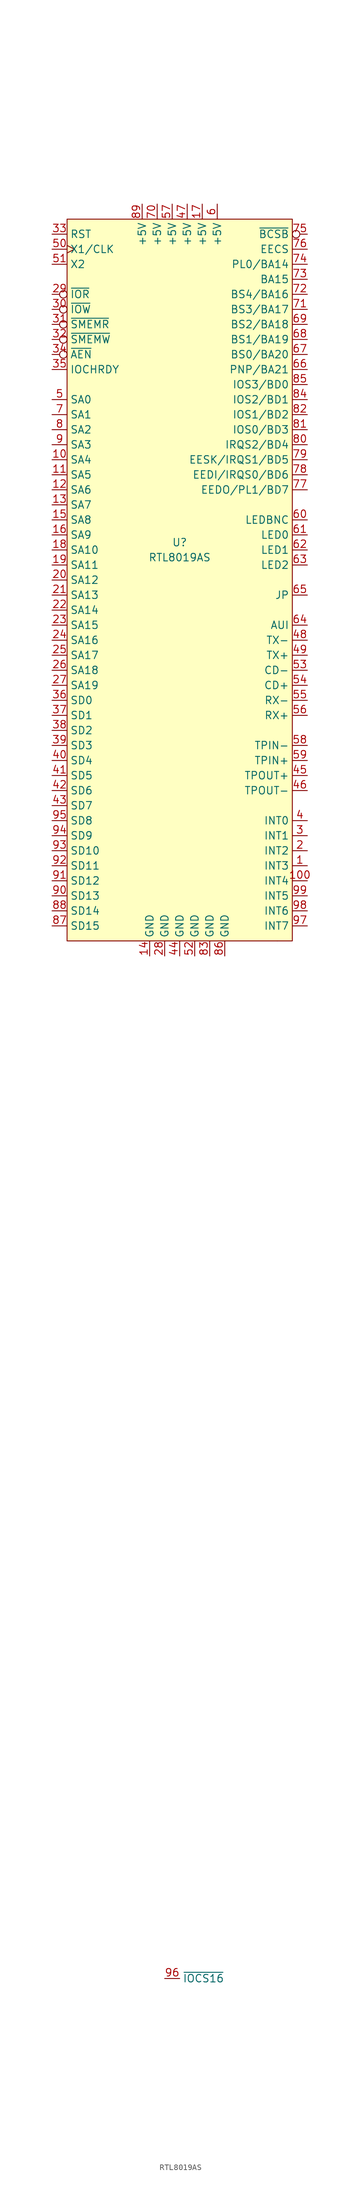
<source format=kicad_sym>
(kicad_symbol_lib
  (version 20220914)
  (generator kicad_symbol_editor)
  (symbol "RTL8019AS"
    (property "Reference" "U"
      (at 0 6.35 0)
      (effects (font (size 1.27 1.27))))
    (property "Value" "RTL8019AS"
      (at 0 3.81 0)
      (effects (font (size 1.27 1.27))))
    (symbol "RTL8019AS_0_0"
      (pin output line (at 21.59 -48.26 180) (length 2.54) (name "INT3" (effects (font (size 1.27 1.27)))) (number "1" (effects (font (size 1.27 1.27)))))
      (pin input line (at -21.59 20.32 0) (length 2.54) (name "SA4" (effects (font (size 1.27 1.27)))) (number "10" (effects (font (size 1.27 1.27)))))
      (pin output line (at 21.59 -50.8 180) (length 2.54) (name "INT4" (effects (font (size 1.27 1.27)))) (number "100" (effects (font (size 1.27 1.27)))))
      (pin input line (at -21.59 17.78 0) (length 2.54) (name "SA5" (effects (font (size 1.27 1.27)))) (number "11" (effects (font (size 1.27 1.27)))))
      (pin input line (at -21.59 15.24 0) (length 2.54) (name "SA6" (effects (font (size 1.27 1.27)))) (number "12" (effects (font (size 1.27 1.27)))))
      (pin input line (at -21.59 12.7 0) (length 2.54) (name "SA7" (effects (font (size 1.27 1.27)))) (number "13" (effects (font (size 1.27 1.27)))))
      (pin power_in line (at -5.08 -63.5 90) (length 2.54) (name "GND" (effects (font (size 1.27 1.27)))) (number "14" (effects (font (size 1.27 1.27)))))
      (pin input line (at -21.59 10.16 0) (length 2.54) (name "SA8" (effects (font (size 1.27 1.27)))) (number "15" (effects (font (size 1.27 1.27)))))
      (pin input line (at -21.59 7.62 0) (length 2.54) (name "SA9" (effects (font (size 1.27 1.27)))) (number "16" (effects (font (size 1.27 1.27)))))
      (pin power_in line (at 3.81 63.5 270) (length 2.54) (name "+5V" (effects (font (size 1.27 1.27)))) (number "17" (effects (font (size 1.27 1.27)))))
      (pin input line (at -21.59 5.08 0) (length 2.54) (name "SA10" (effects (font (size 1.27 1.27)))) (number "18" (effects (font (size 1.27 1.27)))))
      (pin input line (at -21.59 2.54 0) (length 2.54) (name "SA11" (effects (font (size 1.27 1.27)))) (number "19" (effects (font (size 1.27 1.27)))))
      (pin output line (at 21.59 -45.72 180) (length 2.54) (name "INT2" (effects (font (size 1.27 1.27)))) (number "2" (effects (font (size 1.27 1.27)))))
      (pin input line (at -21.59 0 0) (length 2.54) (name "SA12" (effects (font (size 1.27 1.27)))) (number "20" (effects (font (size 1.27 1.27)))))
      (pin input line (at -21.59 -2.54 0) (length 2.54) (name "SA13" (effects (font (size 1.27 1.27)))) (number "21" (effects (font (size 1.27 1.27)))))
      (pin input line (at -21.59 -5.08 0) (length 2.54) (name "SA14" (effects (font (size 1.27 1.27)))) (number "22" (effects (font (size 1.27 1.27)))))
      (pin input line (at -21.59 -7.62 0) (length 2.54) (name "SA15" (effects (font (size 1.27 1.27)))) (number "23" (effects (font (size 1.27 1.27)))))
      (pin input line (at -21.59 -10.16 0) (length 2.54) (name "SA16" (effects (font (size 1.27 1.27)))) (number "24" (effects (font (size 1.27 1.27)))))
      (pin input line (at -21.59 -12.7 0) (length 2.54) (name "SA17" (effects (font (size 1.27 1.27)))) (number "25" (effects (font (size 1.27 1.27)))))
      (pin input line (at -21.59 -15.24 0) (length 2.54) (name "SA18" (effects (font (size 1.27 1.27)))) (number "26" (effects (font (size 1.27 1.27)))))
      (pin input line (at -21.59 -17.78 0) (length 2.54) (name "SA19" (effects (font (size 1.27 1.27)))) (number "27" (effects (font (size 1.27 1.27)))))
      (pin power_in line (at -2.54 -63.5 90) (length 2.54) (name "GND" (effects (font (size 1.27 1.27)))) (number "28" (effects (font (size 1.27 1.27)))))
      (pin output line (at 21.59 -43.18 180) (length 2.54) (name "INT1" (effects (font (size 1.27 1.27)))) (number "3" (effects (font (size 1.27 1.27)))))
      (pin input inverted (at -21.59 45.72 0) (length 2.54) (name "~{IOW}" (effects (font (size 1.27 1.27)))) (number "30" (effects (font (size 1.27 1.27)))))
      (pin input inverted (at -21.59 43.18 0) (length 2.54) (name "~{SMEMR}" (effects (font (size 1.27 1.27)))) (number "31" (effects (font (size 1.27 1.27)))))
      (pin input inverted (at -21.59 40.64 0) (length 2.54) (name "~{SMEMW}" (effects (font (size 1.27 1.27)))) (number "32" (effects (font (size 1.27 1.27)))))
      (pin input line (at -21.59 58.42 0) (length 2.54) (name "RST" (effects (font (size 1.27 1.27)))) (number "33" (effects (font (size 1.27 1.27)))))
      (pin output line (at -21.59 35.56 0) (length 2.54) (name "IOCHRDY" (effects (font (size 1.27 1.27)))) (number "35" (effects (font (size 1.27 1.27)))))
      (pin bidirectional line (at -21.59 -20.32 0) (length 2.54) (name "SD0" (effects (font (size 1.27 1.27)))) (number "36" (effects (font (size 1.27 1.27)))))
      (pin bidirectional line (at -21.59 -22.86 0) (length 2.54) (name "SD1" (effects (font (size 1.27 1.27)))) (number "37" (effects (font (size 1.27 1.27)))))
      (pin bidirectional line (at -21.59 -25.4 0) (length 2.54) (name "SD2" (effects (font (size 1.27 1.27)))) (number "38" (effects (font (size 1.27 1.27)))))
      (pin bidirectional line (at -21.59 -27.94 0) (length 2.54) (name "SD3" (effects (font (size 1.27 1.27)))) (number "39" (effects (font (size 1.27 1.27)))))
      (pin output line (at 21.59 -40.64 180) (length 2.54) (name "INT0" (effects (font (size 1.27 1.27)))) (number "4" (effects (font (size 1.27 1.27)))))
      (pin bidirectional line (at -21.59 -30.48 0) (length 2.54) (name "SD4" (effects (font (size 1.27 1.27)))) (number "40" (effects (font (size 1.27 1.27)))))
      (pin bidirectional line (at -21.59 -33.02 0) (length 2.54) (name "SD5" (effects (font (size 1.27 1.27)))) (number "41" (effects (font (size 1.27 1.27)))))
      (pin bidirectional line (at -21.59 -35.56 0) (length 2.54) (name "SD6" (effects (font (size 1.27 1.27)))) (number "42" (effects (font (size 1.27 1.27)))))
      (pin bidirectional line (at -21.59 -38.1 0) (length 2.54) (name "SD7" (effects (font (size 1.27 1.27)))) (number "43" (effects (font (size 1.27 1.27)))))
      (pin power_in line (at 0 -63.5 90) (length 2.54) (name "GND" (effects (font (size 1.27 1.27)))) (number "44" (effects (font (size 1.27 1.27)))))
      (pin output line (at 21.59 -33.02 180) (length 2.54) (name "TPOUT+" (effects (font (size 1.27 1.27)))) (number "45" (effects (font (size 1.27 1.27)))))
      (pin output line (at 21.59 -35.56 180) (length 2.54) (name "TPOUT-" (effects (font (size 1.27 1.27)))) (number "46" (effects (font (size 1.27 1.27)))))
      (pin power_in line (at 1.27 63.5 270) (length 2.54) (name "+5V" (effects (font (size 1.27 1.27)))) (number "47" (effects (font (size 1.27 1.27)))))
      (pin output line (at 21.59 -10.16 180) (length 2.54) (name "TX-" (effects (font (size 1.27 1.27)))) (number "48" (effects (font (size 1.27 1.27)))))
      (pin output line (at 21.59 -12.7 180) (length 2.54) (name "TX+" (effects (font (size 1.27 1.27)))) (number "49" (effects (font (size 1.27 1.27)))))
      (pin input line (at -21.59 30.48 0) (length 2.54) (name "SA0" (effects (font (size 1.27 1.27)))) (number "5" (effects (font (size 1.27 1.27)))))
      (pin input clock (at -21.59 55.88 0) (length 2.54) (name "X1/CLK" (effects (font (size 1.27 1.27)))) (number "50" (effects (font (size 1.27 1.27)))))
      (pin output line (at -21.59 53.34 0) (length 2.54) (name "X2" (effects (font (size 1.27 1.27)))) (number "51" (effects (font (size 1.27 1.27)))))
      (pin power_in line (at 2.54 -63.5 90) (length 2.54) (name "GND" (effects (font (size 1.27 1.27)))) (number "52" (effects (font (size 1.27 1.27)))))
      (pin input line (at 21.59 -15.24 180) (length 2.54) (name "CD-" (effects (font (size 1.27 1.27)))) (number "53" (effects (font (size 1.27 1.27)))))
      (pin input line (at 21.59 -17.78 180) (length 2.54) (name "CD+" (effects (font (size 1.27 1.27)))) (number "54" (effects (font (size 1.27 1.27)))))
      (pin input line (at 21.59 -20.32 180) (length 2.54) (name "RX-" (effects (font (size 1.27 1.27)))) (number "55" (effects (font (size 1.27 1.27)))))
      (pin input line (at 21.59 -22.86 180) (length 2.54) (name "RX+" (effects (font (size 1.27 1.27)))) (number "56" (effects (font (size 1.27 1.27)))))
      (pin input line (at 21.59 -27.94 180) (length 2.54) (name "TPIN-" (effects (font (size 1.27 1.27)))) (number "58" (effects (font (size 1.27 1.27)))))
      (pin input line (at 21.59 -30.48 180) (length 2.54) (name "TPIN+" (effects (font (size 1.27 1.27)))) (number "59" (effects (font (size 1.27 1.27)))))
      (pin output line (at 21.59 10.16 180) (length 2.54) (name "LEDBNC" (effects (font (size 1.27 1.27)))) (number "60" (effects (font (size 1.27 1.27)))))
      (pin output line (at 21.59 7.62 180) (length 2.54) (name "LED0" (effects (font (size 1.27 1.27)))) (number "61" (effects (font (size 1.27 1.27)))))
      (pin output line (at 21.59 5.08 180) (length 2.54) (name "LED1" (effects (font (size 1.27 1.27)))) (number "62" (effects (font (size 1.27 1.27)))))
      (pin output line (at 21.59 2.54 180) (length 2.54) (name "LED2" (effects (font (size 1.27 1.27)))) (number "63" (effects (font (size 1.27 1.27)))))
      (pin input line (at 21.59 -7.62 180) (length 2.54) (name "AUI" (effects (font (size 1.27 1.27)))) (number "64" (effects (font (size 1.27 1.27)))))
      (pin input line (at 21.59 -2.54 180) (length 2.54) (name "JP" (effects (font (size 1.27 1.27)))) (number "65" (effects (font (size 1.27 1.27)))))
      (pin input line (at -21.59 27.94 0) (length 2.54) (name "SA1" (effects (font (size 1.27 1.27)))) (number "7" (effects (font (size 1.27 1.27)))))
      (pin output line (at 21.59 50.8 180) (length 2.54) (name "BA15" (effects (font (size 1.27 1.27)))) (number "73" (effects (font (size 1.27 1.27)))))
      (pin output inverted (at 21.59 58.42 180) (length 2.54) (name "~{BCSB}" (effects (font (size 1.27 1.27)))) (number "75" (effects (font (size 1.27 1.27)))))
      (pin output line (at 21.59 55.88 180) (length 2.54) (name "EECS" (effects (font (size 1.27 1.27)))) (number "76" (effects (font (size 1.27 1.27)))))
      (pin input line (at -21.59 25.4 0) (length 2.54) (name "SA2" (effects (font (size 1.27 1.27)))) (number "8" (effects (font (size 1.27 1.27)))))
      (pin power_in line (at 5.08 -63.5 90) (length 2.54) (name "GND" (effects (font (size 1.27 1.27)))) (number "83" (effects (font (size 1.27 1.27)))))
      (pin power_in line (at 7.62 -63.5 90) (length 2.54) (name "GND" (effects (font (size 1.27 1.27)))) (number "86" (effects (font (size 1.27 1.27)))))
      (pin bidirectional line (at -21.59 -58.42 0) (length 2.54) (name "SD15" (effects (font (size 1.27 1.27)))) (number "87" (effects (font (size 1.27 1.27)))))
      (pin bidirectional line (at -21.59 -55.88 0) (length 2.54) (name "SD14" (effects (font (size 1.27 1.27)))) (number "88" (effects (font (size 1.27 1.27)))))
      (pin input line (at -21.59 22.86 0) (length 2.54) (name "SA3" (effects (font (size 1.27 1.27)))) (number "9" (effects (font (size 1.27 1.27)))))
      (pin bidirectional line (at -21.59 -53.34 0) (length 2.54) (name "SD13" (effects (font (size 1.27 1.27)))) (number "90" (effects (font (size 1.27 1.27)))))
      (pin bidirectional line (at -21.59 -50.8 0) (length 2.54) (name "SD12" (effects (font (size 1.27 1.27)))) (number "91" (effects (font (size 1.27 1.27)))))
      (pin bidirectional line (at -21.59 -48.26 0) (length 2.54) (name "SD11" (effects (font (size 1.27 1.27)))) (number "92" (effects (font (size 1.27 1.27)))))
      (pin bidirectional line (at -21.59 -45.72 0) (length 2.54) (name "SD10" (effects (font (size 1.27 1.27)))) (number "93" (effects (font (size 1.27 1.27)))))
      (pin bidirectional line (at -21.59 -43.18 0) (length 2.54) (name "SD9" (effects (font (size 1.27 1.27)))) (number "94" (effects (font (size 1.27 1.27)))))
      (pin bidirectional line (at -21.59 -40.64 0) (length 2.54) (name "SD8" (effects (font (size 1.27 1.27)))) (number "95" (effects (font (size 1.27 1.27)))))
      (pin output line (at -2.54 -236.22 0) (length 2.54) (name "~{IOCS16}" (effects (font (size 1.27 1.27)))) (number "96" (effects (font (size 1.27 1.27)))))
      (pin output line (at 21.59 -58.42 180) (length 2.54) (name "INT7" (effects (font (size 1.27 1.27)))) (number "97" (effects (font (size 1.27 1.27)))))
      (pin output line (at 21.59 -55.88 180) (length 2.54) (name "INT6" (effects (font (size 1.27 1.27)))) (number "98" (effects (font (size 1.27 1.27)))))
      (pin output line (at 21.59 -53.34 180) (length 2.54) (name "INT5" (effects (font (size 1.27 1.27)))) (number "99" (effects (font (size 1.27 1.27))))))
    (symbol "RTL8019AS_0_1"
      (rectangle (start 16.51 -60.96) (end 16.51 -60.96) (stroke (width 0) (type default)) (fill (type none))))
    (symbol "RTL8019AS_1_0"
      (pin input inverted (at -21.59 48.26 0) (length 2.54) (name "~{IOR}" (effects (font (size 1.27 1.27)))) (number "29" (effects (font (size 1.27 1.27)))))
      (pin input inverted (at -21.59 38.1 0) (length 2.54) (name "~{AEN}" (effects (font (size 1.27 1.27)))) (number "34" (effects (font (size 1.27 1.27)))))
      (pin power_in line (at -1.27 63.5 270) (length 2.54) (name "+5V" (effects (font (size 1.27 1.27)))) (number "57" (effects (font (size 1.27 1.27)))))
      (pin power_in line (at 6.35 63.5 270) (length 2.54) (name "+5V" (effects (font (size 1.27 1.27)))) (number "6" (effects (font (size 1.27 1.27)))))
      (pin output line (at 21.59 35.56 180) (length 2.54) (name "PNP/BA21" (effects (font (size 1.27 1.27)))) (number "66" (effects (font (size 1.27 1.27)))))
      (pin output line (at 21.59 38.1 180) (length 2.54) (name "BS0/BA20" (effects (font (size 1.27 1.27)))) (number "67" (effects (font (size 1.27 1.27)))))
      (pin output line (at 21.59 40.64 180) (length 2.54) (name "BS1/BA19" (effects (font (size 1.27 1.27)))) (number "68" (effects (font (size 1.27 1.27)))))
      (pin output line (at 21.59 43.18 180) (length 2.54) (name "BS2/BA18" (effects (font (size 1.27 1.27)))) (number "69" (effects (font (size 1.27 1.27)))))
      (pin power_in line (at -3.81 63.5 270) (length 2.54) (name "+5V" (effects (font (size 1.27 1.27)))) (number "70" (effects (font (size 1.27 1.27)))))
      (pin output line (at 21.59 45.72 180) (length 2.54) (name "BS3/BA17" (effects (font (size 1.27 1.27)))) (number "71" (effects (font (size 1.27 1.27)))))
      (pin output line (at 21.59 48.26 180) (length 2.54) (name "BS4/BA16" (effects (font (size 1.27 1.27)))) (number "72" (effects (font (size 1.27 1.27)))))
      (pin output line (at 21.59 53.34 180) (length 2.54) (name "PL0/BA14" (effects (font (size 1.27 1.27)))) (number "74" (effects (font (size 1.27 1.27)))))
      (pin bidirectional line (at 21.59 15.24 180) (length 2.54) (name "EEDO/PL1/BD7" (effects (font (size 1.27 1.27)))) (number "77" (effects (font (size 1.27 1.27)))))
      (pin bidirectional line (at 21.59 17.78 180) (length 2.54) (name "EEDI/IRQS0/BD6" (effects (font (size 1.27 1.27)))) (number "78" (effects (font (size 1.27 1.27)))))
      (pin bidirectional line (at 21.59 20.32 180) (length 2.54) (name "EESK/IRQS1/BD5" (effects (font (size 1.27 1.27)))) (number "79" (effects (font (size 1.27 1.27)))))
      (pin bidirectional line (at 21.59 22.86 180) (length 2.54) (name "IRQS2/BD4" (effects (font (size 1.27 1.27)))) (number "80" (effects (font (size 1.27 1.27)))))
      (pin bidirectional line (at 21.59 25.4 180) (length 2.54) (name "IOS0/BD3" (effects (font (size 1.27 1.27)))) (number "81" (effects (font (size 1.27 1.27)))))
      (pin bidirectional line (at 21.59 27.94 180) (length 2.54) (name "IOS1/BD2" (effects (font (size 1.27 1.27)))) (number "82" (effects (font (size 1.27 1.27)))))
      (pin bidirectional line (at 21.59 30.48 180) (length 2.54) (name "IOS2/BD1" (effects (font (size 1.27 1.27)))) (number "84" (effects (font (size 1.27 1.27)))))
      (pin bidirectional line (at 21.59 33.02 180) (length 2.54) (name "IOS3/BD0" (effects (font (size 1.27 1.27)))) (number "85" (effects (font (size 1.27 1.27)))))
      (pin power_in line (at -6.35 63.5 270) (length 2.54) (name "+5V" (effects (font (size 1.27 1.27)))) (number "89" (effects (font (size 1.27 1.27))))))
    (symbol "RTL8019AS_1_1"
      (rectangle (start -19.05 60.96) (end 19.05 -60.96) (stroke (width 0) (type default)) (fill (type background))))))
</source>
